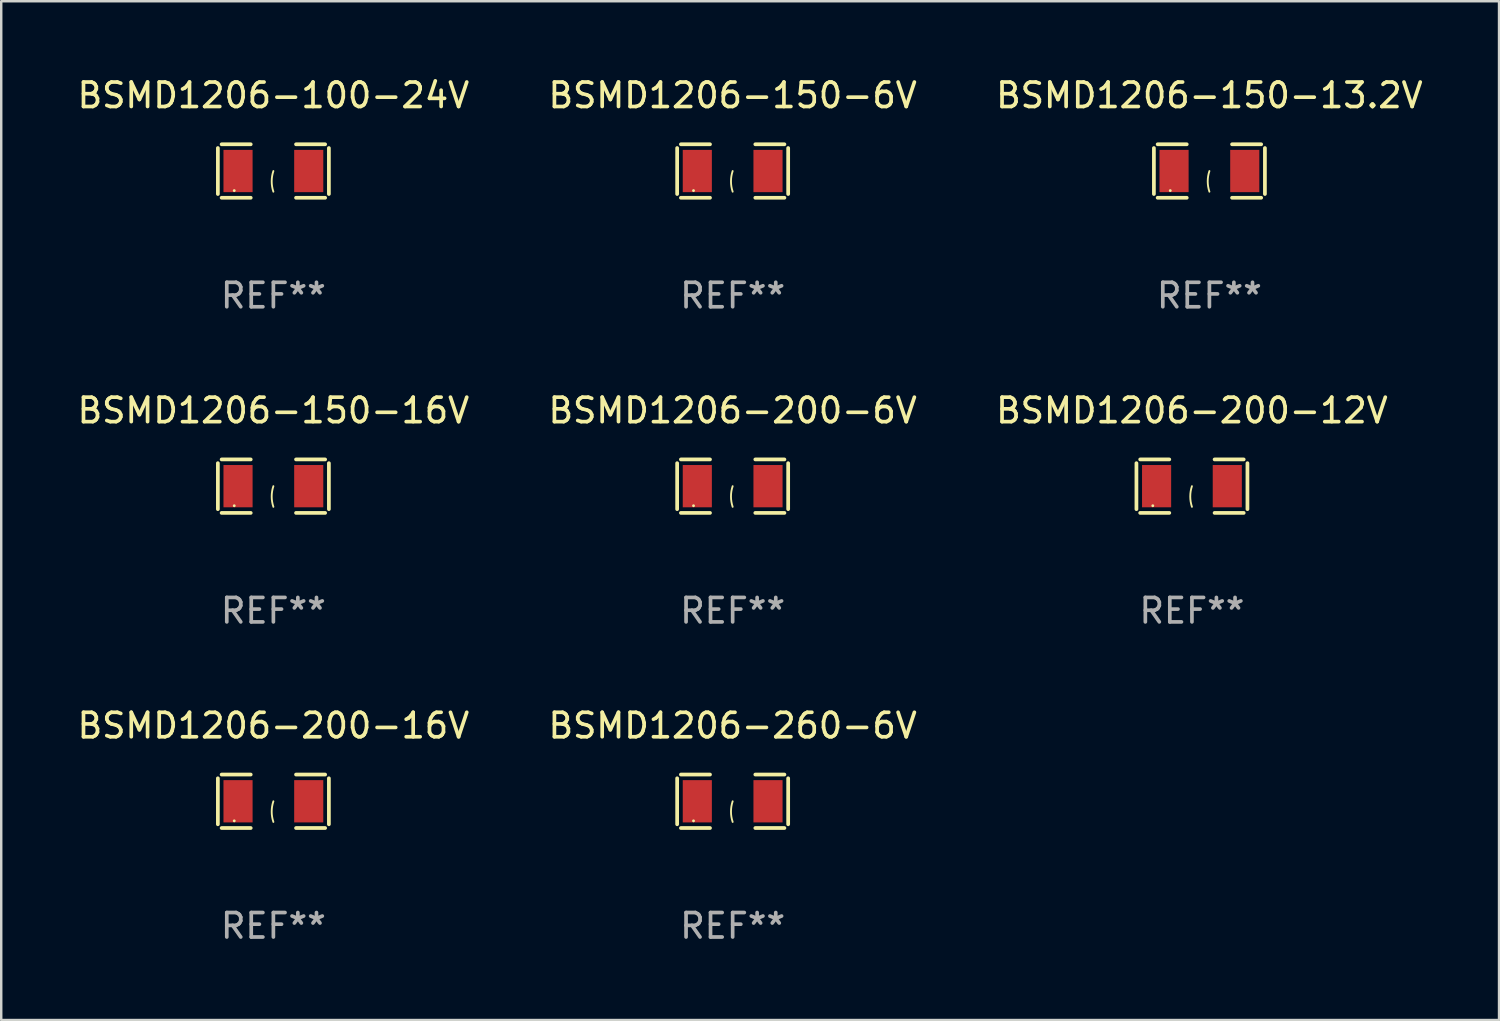
<source format=kicad_pcb>
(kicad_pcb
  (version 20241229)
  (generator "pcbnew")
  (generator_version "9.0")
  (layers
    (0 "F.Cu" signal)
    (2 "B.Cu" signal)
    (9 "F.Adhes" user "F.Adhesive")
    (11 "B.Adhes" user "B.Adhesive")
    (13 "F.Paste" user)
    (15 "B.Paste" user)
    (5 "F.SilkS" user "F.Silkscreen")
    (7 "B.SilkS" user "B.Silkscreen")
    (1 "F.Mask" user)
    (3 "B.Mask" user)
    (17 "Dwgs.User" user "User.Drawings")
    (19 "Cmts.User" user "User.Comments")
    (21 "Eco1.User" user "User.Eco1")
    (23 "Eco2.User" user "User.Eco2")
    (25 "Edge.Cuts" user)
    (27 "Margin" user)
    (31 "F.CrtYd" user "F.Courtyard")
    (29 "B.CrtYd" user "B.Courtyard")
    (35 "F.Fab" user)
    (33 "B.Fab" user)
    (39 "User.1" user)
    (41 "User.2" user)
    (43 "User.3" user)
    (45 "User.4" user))
  (footprint "BSMD1206-260-6V"
    (layer "F.Cu")
    (at 26.899 29.704)
    (property "Reference" "BSMD1206-260-6V" (at 0 -3.093 0) (layer "F.SilkS") (effects (font (size 1 1) (thickness 0.15))))
    (attr through_hole)
    (fp_line (start -2.269 -0.94) (end -2.269 0.94) (stroke (width 0.152) (type solid)) (layer "F.SilkS"))
    (fp_line (start -2.116 1.093) (end -0.926 1.093) (stroke (width 0.152) (type solid)) (layer "F.SilkS"))
    (fp_line (start -0.926 -1.093) (end -2.116 -1.093) (stroke (width 0.152) (type solid)) (layer "F.SilkS"))
    (fp_line (start 0.926 -1.093) (end 2.116 -1.093) (stroke (width 0.152) (type solid)) (layer "F.SilkS"))
    (fp_line (start 2.116 1.093) (end 0.926 1.093) (stroke (width 0.152) (type solid)) (layer "F.SilkS"))
    (fp_line (start 2.269 -0.94) (end 2.269 0.94) (stroke (width 0.152) (type solid)) (layer "F.SilkS"))
    (fp_arc (start 0 0.844951) (mid -0.068559 0.422475) (end 0 0) (stroke (width 0.0762) (type solid)) (layer "F.SilkS"))
    (fp_circle (center -1.6 0.8) (end -1.57 0.8) (stroke (width 0.06) (type solid)) (fill no) (layer "F.SilkS"))
    (fp_text user "REF**" (at 0 5.093 0) (layer "F.Fab") (effects (font (size 1 1) (thickness 0.15))))
    (pad "1" smd rect (at -1.445 0) (size 1.19 1.728) (layers "F.Cu" "F.Mask" "F.Paste"))
    (pad "2" smd rect (at 1.445 0) (size 1.19 1.728) (layers "F.Cu" "F.Mask" "F.Paste")))
  (footprint "BSMD1206-150-13.2V"
    (layer "F.Cu")
    (at 46.387 3.941)
    (property "Reference" "BSMD1206-150-13.2V" (at 0 -3.093 0) (layer "F.SilkS") (effects (font (size 1 1) (thickness 0.15))))
    (attr through_hole)
    (fp_line (start -2.269 -0.94) (end -2.269 0.94) (stroke (width 0.152) (type solid)) (layer "F.SilkS"))
    (fp_line (start -2.116 1.093) (end -0.926 1.093) (stroke (width 0.152) (type solid)) (layer "F.SilkS"))
    (fp_line (start -0.926 -1.093) (end -2.116 -1.093) (stroke (width 0.152) (type solid)) (layer "F.SilkS"))
    (fp_line (start 0.926 -1.093) (end 2.116 -1.093) (stroke (width 0.152) (type solid)) (layer "F.SilkS"))
    (fp_line (start 2.116 1.093) (end 0.926 1.093) (stroke (width 0.152) (type solid)) (layer "F.SilkS"))
    (fp_line (start 2.269 -0.94) (end 2.269 0.94) (stroke (width 0.152) (type solid)) (layer "F.SilkS"))
    (fp_arc (start 0 0.844951) (mid -0.068559 0.422475) (end 0 0) (stroke (width 0.0762) (type solid)) (layer "F.SilkS"))
    (fp_circle (center -1.6 0.8) (end -1.57 0.8) (stroke (width 0.06) (type solid)) (fill no) (layer "F.SilkS"))
    (fp_text user "REF**" (at 0 5.093 0) (layer "F.Fab") (effects (font (size 1 1) (thickness 0.15))))
    (pad "1" smd rect (at -1.445 0) (size 1.19 1.728) (layers "F.Cu" "F.Mask" "F.Paste"))
    (pad "2" smd rect (at 1.445 0) (size 1.19 1.728) (layers "F.Cu" "F.Mask" "F.Paste")))
  (footprint "BSMD1206-200-16V"
    (layer "F.Cu")
    (at 8.125 29.704)
    (property "Reference" "BSMD1206-200-16V" (at 0 -3.093 0) (layer "F.SilkS") (effects (font (size 1 1) (thickness 0.15))))
    (attr through_hole)
    (fp_line (start -2.269 -0.94) (end -2.269 0.94) (stroke (width 0.152) (type solid)) (layer "F.SilkS"))
    (fp_line (start -2.116 1.093) (end -0.926 1.093) (stroke (width 0.152) (type solid)) (layer "F.SilkS"))
    (fp_line (start -0.926 -1.093) (end -2.116 -1.093) (stroke (width 0.152) (type solid)) (layer "F.SilkS"))
    (fp_line (start 0.926 -1.093) (end 2.116 -1.093) (stroke (width 0.152) (type solid)) (layer "F.SilkS"))
    (fp_line (start 2.116 1.093) (end 0.926 1.093) (stroke (width 0.152) (type solid)) (layer "F.SilkS"))
    (fp_line (start 2.269 -0.94) (end 2.269 0.94) (stroke (width 0.152) (type solid)) (layer "F.SilkS"))
    (fp_arc (start 0 0.844951) (mid -0.068559 0.422475) (end 0 0) (stroke (width 0.0762) (type solid)) (layer "F.SilkS"))
    (fp_circle (center -1.6 0.8) (end -1.57 0.8) (stroke (width 0.06) (type solid)) (fill no) (layer "F.SilkS"))
    (fp_text user "REF**" (at 0 5.093 0) (layer "F.Fab") (effects (font (size 1 1) (thickness 0.15))))
    (pad "1" smd rect (at -1.445 0) (size 1.19 1.728) (layers "F.Cu" "F.Mask" "F.Paste"))
    (pad "2" smd rect (at 1.445 0) (size 1.19 1.728) (layers "F.Cu" "F.Mask" "F.Paste")))
  (footprint "BSMD1206-200-6V"
    (layer "F.Cu")
    (at 26.899 16.823)
    (property "Reference" "BSMD1206-200-6V" (at 0 -3.093 0) (layer "F.SilkS") (effects (font (size 1 1) (thickness 0.15))))
    (attr through_hole)
    (fp_line (start -2.269 -0.94) (end -2.269 0.94) (stroke (width 0.152) (type solid)) (layer "F.SilkS"))
    (fp_line (start -2.116 1.093) (end -0.926 1.093) (stroke (width 0.152) (type solid)) (layer "F.SilkS"))
    (fp_line (start -0.926 -1.093) (end -2.116 -1.093) (stroke (width 0.152) (type solid)) (layer "F.SilkS"))
    (fp_line (start 0.926 -1.093) (end 2.116 -1.093) (stroke (width 0.152) (type solid)) (layer "F.SilkS"))
    (fp_line (start 2.116 1.093) (end 0.926 1.093) (stroke (width 0.152) (type solid)) (layer "F.SilkS"))
    (fp_line (start 2.269 -0.94) (end 2.269 0.94) (stroke (width 0.152) (type solid)) (layer "F.SilkS"))
    (fp_arc (start 0 0.844951) (mid -0.068559 0.422475) (end 0 0) (stroke (width 0.0762) (type solid)) (layer "F.SilkS"))
    (fp_circle (center -1.6 0.8) (end -1.57 0.8) (stroke (width 0.06) (type solid)) (fill no) (layer "F.SilkS"))
    (fp_text user "REF**" (at 0 5.093 0) (layer "F.Fab") (effects (font (size 1 1) (thickness 0.15))))
    (pad "1" smd rect (at -1.445 0) (size 1.19 1.728) (layers "F.Cu" "F.Mask" "F.Paste"))
    (pad "2" smd rect (at 1.445 0) (size 1.19 1.728) (layers "F.Cu" "F.Mask" "F.Paste")))
  (footprint "BSMD1206-200-12V"
    (layer "F.Cu")
    (at 45.673 16.823)
    (property "Reference" "BSMD1206-200-12V" (at 0 -3.093 0) (layer "F.SilkS") (effects (font (size 1 1) (thickness 0.15))))
    (attr through_hole)
    (fp_line (start -2.269 -0.94) (end -2.269 0.94) (stroke (width 0.152) (type solid)) (layer "F.SilkS"))
    (fp_line (start -2.116 1.093) (end -0.926 1.093) (stroke (width 0.152) (type solid)) (layer "F.SilkS"))
    (fp_line (start -0.926 -1.093) (end -2.116 -1.093) (stroke (width 0.152) (type solid)) (layer "F.SilkS"))
    (fp_line (start 0.926 -1.093) (end 2.116 -1.093) (stroke (width 0.152) (type solid)) (layer "F.SilkS"))
    (fp_line (start 2.116 1.093) (end 0.926 1.093) (stroke (width 0.152) (type solid)) (layer "F.SilkS"))
    (fp_line (start 2.269 -0.94) (end 2.269 0.94) (stroke (width 0.152) (type solid)) (layer "F.SilkS"))
    (fp_arc (start 0 0.844951) (mid -0.068559 0.422475) (end 0 0) (stroke (width 0.0762) (type solid)) (layer "F.SilkS"))
    (fp_circle (center -1.6 0.8) (end -1.57 0.8) (stroke (width 0.06) (type solid)) (fill no) (layer "F.SilkS"))
    (fp_text user "REF**" (at 0 5.093 0) (layer "F.Fab") (effects (font (size 1 1) (thickness 0.15))))
    (pad "1" smd rect (at -1.445 0) (size 1.19 1.728) (layers "F.Cu" "F.Mask" "F.Paste"))
    (pad "2" smd rect (at 1.445 0) (size 1.19 1.728) (layers "F.Cu" "F.Mask" "F.Paste")))
  (footprint "BSMD1206-150-6V"
    (layer "F.Cu")
    (at 26.899 3.941)
    (property "Reference" "BSMD1206-150-6V" (at 0 -3.093 0) (layer "F.SilkS") (effects (font (size 1 1) (thickness 0.15))))
    (attr through_hole)
    (fp_line (start -2.269 -0.94) (end -2.269 0.94) (stroke (width 0.152) (type solid)) (layer "F.SilkS"))
    (fp_line (start -2.116 1.093) (end -0.926 1.093) (stroke (width 0.152) (type solid)) (layer "F.SilkS"))
    (fp_line (start -0.926 -1.093) (end -2.116 -1.093) (stroke (width 0.152) (type solid)) (layer "F.SilkS"))
    (fp_line (start 0.926 -1.093) (end 2.116 -1.093) (stroke (width 0.152) (type solid)) (layer "F.SilkS"))
    (fp_line (start 2.116 1.093) (end 0.926 1.093) (stroke (width 0.152) (type solid)) (layer "F.SilkS"))
    (fp_line (start 2.269 -0.94) (end 2.269 0.94) (stroke (width 0.152) (type solid)) (layer "F.SilkS"))
    (fp_arc (start 0 0.844951) (mid -0.068559 0.422475) (end 0 0) (stroke (width 0.0762) (type solid)) (layer "F.SilkS"))
    (fp_circle (center -1.6 0.8) (end -1.57 0.8) (stroke (width 0.06) (type solid)) (fill no) (layer "F.SilkS"))
    (fp_text user "REF**" (at 0 5.093 0) (layer "F.Fab") (effects (font (size 1 1) (thickness 0.15))))
    (pad "1" smd rect (at -1.445 0) (size 1.19 1.728) (layers "F.Cu" "F.Mask" "F.Paste"))
    (pad "2" smd rect (at 1.445 0) (size 1.19 1.728) (layers "F.Cu" "F.Mask" "F.Paste")))
  (footprint "BSMD1206-100-24V"
    (layer "F.Cu")
    (at 8.125 3.941)
    (property "Reference" "BSMD1206-100-24V" (at 0 -3.093 0) (layer "F.SilkS") (effects (font (size 1 1) (thickness 0.15))))
    (attr through_hole)
    (fp_line (start -2.269 -0.94) (end -2.269 0.94) (stroke (width 0.152) (type solid)) (layer "F.SilkS"))
    (fp_line (start -2.116 1.093) (end -0.926 1.093) (stroke (width 0.152) (type solid)) (layer "F.SilkS"))
    (fp_line (start -0.926 -1.093) (end -2.116 -1.093) (stroke (width 0.152) (type solid)) (layer "F.SilkS"))
    (fp_line (start 0.926 -1.093) (end 2.116 -1.093) (stroke (width 0.152) (type solid)) (layer "F.SilkS"))
    (fp_line (start 2.116 1.093) (end 0.926 1.093) (stroke (width 0.152) (type solid)) (layer "F.SilkS"))
    (fp_line (start 2.269 -0.94) (end 2.269 0.94) (stroke (width 0.152) (type solid)) (layer "F.SilkS"))
    (fp_arc (start 0 0.844951) (mid -0.068559 0.422475) (end 0 0) (stroke (width 0.0762) (type solid)) (layer "F.SilkS"))
    (fp_circle (center -1.6 0.8) (end -1.57 0.8) (stroke (width 0.06) (type solid)) (fill no) (layer "F.SilkS"))
    (fp_text user "REF**" (at 0 5.093 0) (layer "F.Fab") (effects (font (size 1 1) (thickness 0.15))))
    (pad "1" smd rect (at -1.445 0) (size 1.19 1.728) (layers "F.Cu" "F.Mask" "F.Paste"))
    (pad "2" smd rect (at 1.445 0) (size 1.19 1.728) (layers "F.Cu" "F.Mask" "F.Paste")))
  (footprint "BSMD1206-150-16V"
    (layer "F.Cu")
    (at 8.125 16.823)
    (property "Reference" "BSMD1206-150-16V" (at 0 -3.093 0) (layer "F.SilkS") (effects (font (size 1 1) (thickness 0.15))))
    (attr through_hole)
    (fp_line (start -2.269 -0.94) (end -2.269 0.94) (stroke (width 0.152) (type solid)) (layer "F.SilkS"))
    (fp_line (start -2.116 1.093) (end -0.926 1.093) (stroke (width 0.152) (type solid)) (layer "F.SilkS"))
    (fp_line (start -0.926 -1.093) (end -2.116 -1.093) (stroke (width 0.152) (type solid)) (layer "F.SilkS"))
    (fp_line (start 0.926 -1.093) (end 2.116 -1.093) (stroke (width 0.152) (type solid)) (layer "F.SilkS"))
    (fp_line (start 2.116 1.093) (end 0.926 1.093) (stroke (width 0.152) (type solid)) (layer "F.SilkS"))
    (fp_line (start 2.269 -0.94) (end 2.269 0.94) (stroke (width 0.152) (type solid)) (layer "F.SilkS"))
    (fp_arc (start 0 0.844951) (mid -0.068559 0.422475) (end 0 0) (stroke (width 0.0762) (type solid)) (layer "F.SilkS"))
    (fp_circle (center -1.6 0.8) (end -1.57 0.8) (stroke (width 0.06) (type solid)) (fill no) (layer "F.SilkS"))
    (fp_text user "REF**" (at 0 5.093 0) (layer "F.Fab") (effects (font (size 1 1) (thickness 0.15))))
    (pad "1" smd rect (at -1.445 0) (size 1.19 1.728) (layers "F.Cu" "F.Mask" "F.Paste"))
    (pad "2" smd rect (at 1.445 0) (size 1.19 1.728) (layers "F.Cu" "F.Mask" "F.Paste")))
  (gr_rect
    (start -3 -3)
    (end 58.226 38.645)
    (stroke (width 0.1) (type default))
    (fill no)
    (layer "Edge.Cuts")))
</source>
